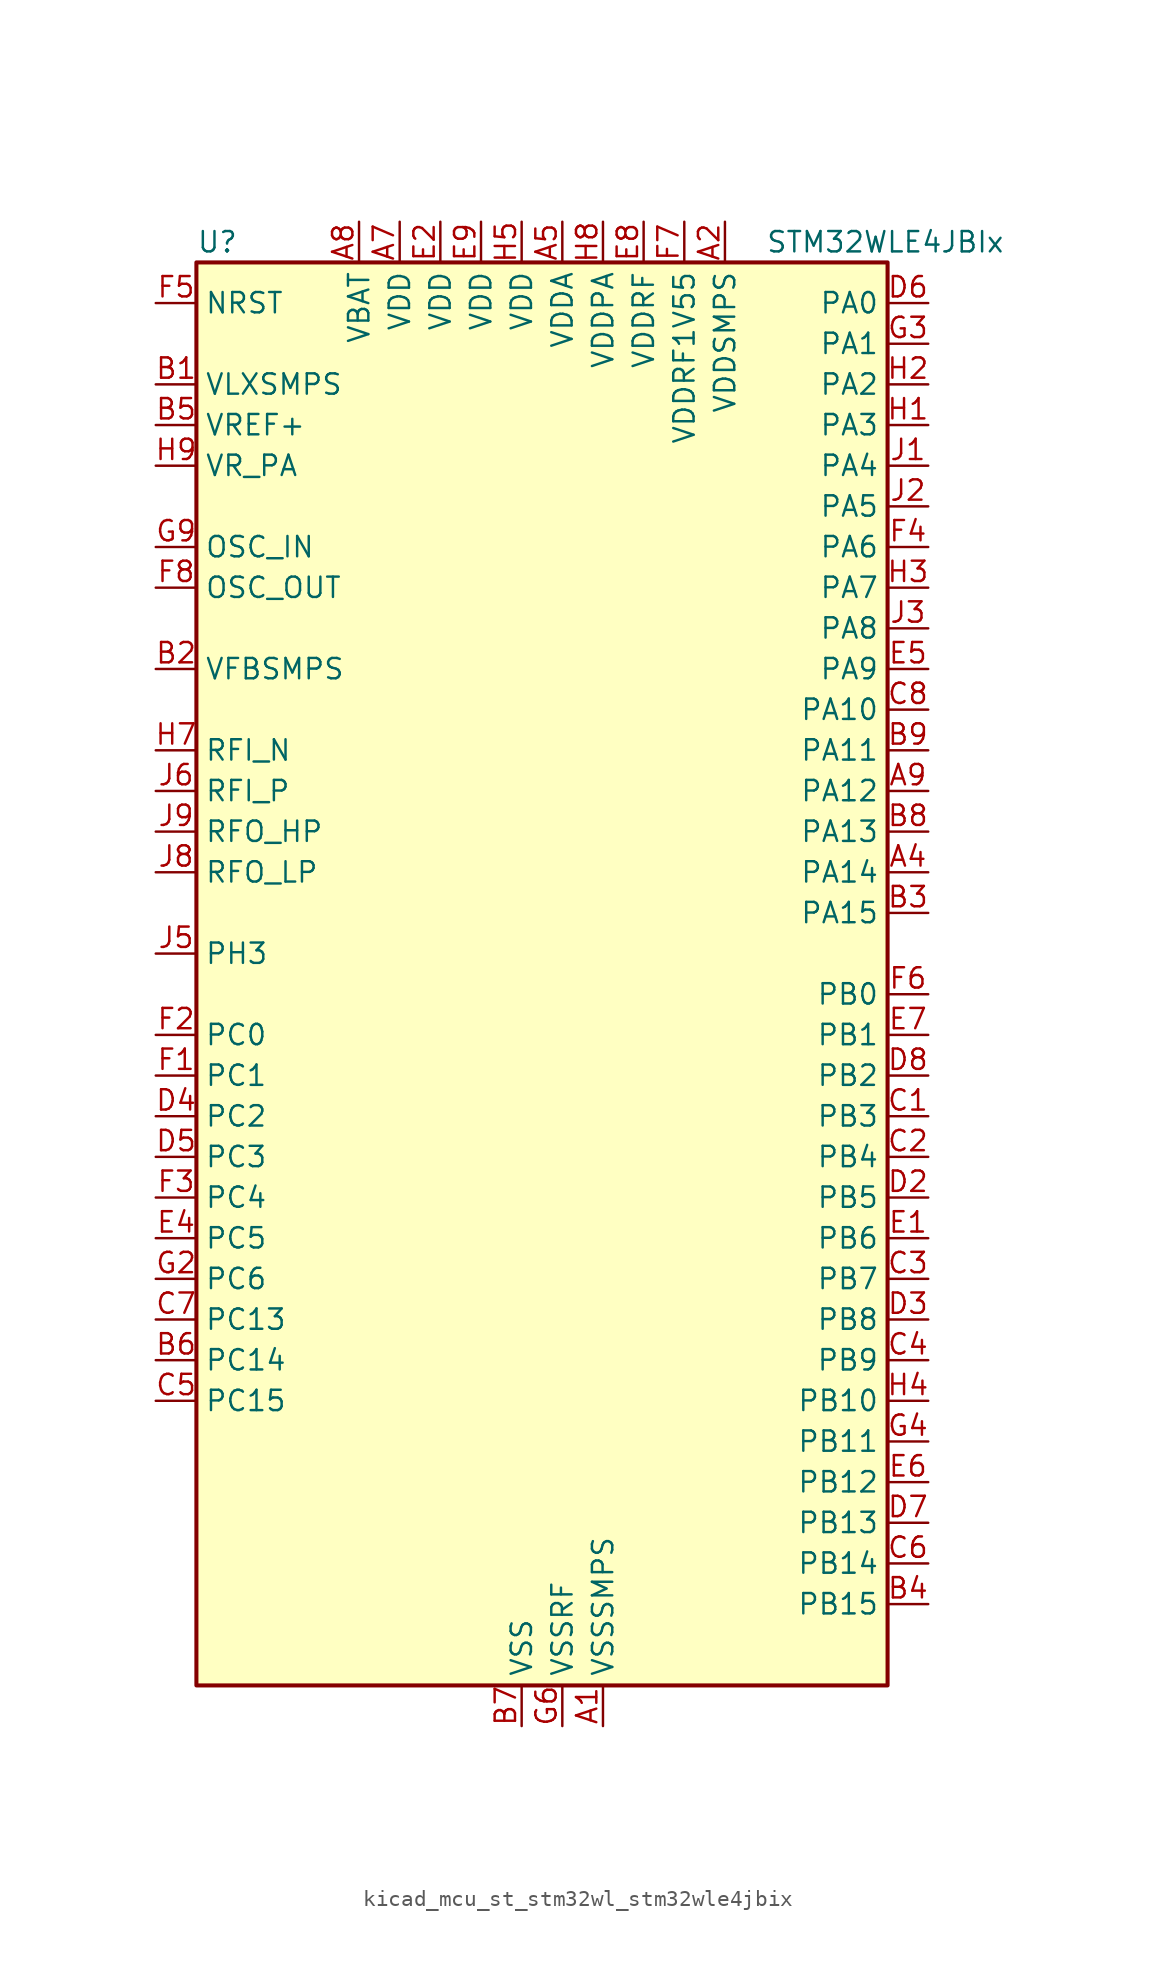
<source format=kicad_sym>
(kicad_symbol_lib
  (version 20220914)
  (generator kicad_symbol_editor)
  (symbol "kicad_mcu_st_stm32wl_stm32wle4jbix"
    (property "Reference" "U"
      (at -20.32 46.99 0)
      (effects (font (size 1.27 1.27)) (justify left)))
    (property "Value" "STM32WLE4JBIx"
      (at 15.24 46.99 0)
      (effects (font (size 1.27 1.27)) (justify left)))
    (property "ki_locked" ""
      (at 0 0 0)
      (effects (font (size 1.27 1.27))))
    (symbol "kicad_mcu_st_stm32wl_stm32wle4jbix_0_1"
      (rectangle (start -20.32 -43.18) (end 22.86 45.72) (stroke (width 0.254) (type default)) (fill (type background))))
    (symbol "kicad_mcu_st_stm32wl_stm32wle4jbix_1_1"
      (pin power_in line (at 5.08 -45.72 90) (length 2.54) (name "VSSSMPS" (effects (font (size 1.27 1.27)))) (number "A1" (effects (font (size 1.27 1.27)))))
      (pin power_in line (at 12.7 48.26 270) (length 2.54) (name "VDDSMPS" (effects (font (size 1.27 1.27)))) (number "A2" (effects (font (size 1.27 1.27)))))
      (pin bidirectional line (at 25.4 7.62 180) (length 2.54) (name "PA14" (effects (font (size 1.27 1.27)))) (number "A4" (effects (font (size 1.27 1.27)))) (alternate "ADC_IN10" bidirectional line) (alternate "DEBUG_JTCK-SWCLK" bidirectional line) (alternate "I2C1_SMBA" bidirectional line) (alternate "LPTIM1_OUT" bidirectional line))
      (pin power_in line (at 2.54 48.26 270) (length 2.54) (name "VDDA" (effects (font (size 1.27 1.27)))) (number "A5" (effects (font (size 1.27 1.27)))))
      (pin power_in line (at -7.62 48.26 270) (length 2.54) (name "VDD" (effects (font (size 1.27 1.27)))) (number "A7" (effects (font (size 1.27 1.27)))))
      (pin power_in line (at -10.16 48.26 270) (length 2.54) (name "VBAT" (effects (font (size 1.27 1.27)))) (number "A8" (effects (font (size 1.27 1.27)))))
      (pin bidirectional line (at 25.4 12.7 180) (length 2.54) (name "PA12" (effects (font (size 1.27 1.27)))) (number "A9" (effects (font (size 1.27 1.27)))) (alternate "ADC_IN8" bidirectional line) (alternate "DEBUG_RF-BUSY" bidirectional line) (alternate "I2C2_SCL" bidirectional line) (alternate "LPTIM3_IN1" bidirectional line) (alternate "SPI1_MOSI" bidirectional line) (alternate "TIM1_ETR" bidirectional line) (alternate "USART1_DE" bidirectional line) (alternate "USART1_RTS" bidirectional line))
      (pin power_in line (at -22.86 38.1 0) (length 2.54) (name "VLXSMPS" (effects (font (size 1.27 1.27)))) (number "B1" (effects (font (size 1.27 1.27)))))
      (pin input line (at -22.86 20.32 0) (length 2.54) (name "VFBSMPS" (effects (font (size 1.27 1.27)))) (number "B2" (effects (font (size 1.27 1.27)))))
      (pin bidirectional line (at 25.4 5.08 180) (length 2.54) (name "PA15" (effects (font (size 1.27 1.27)))) (number "B3" (effects (font (size 1.27 1.27)))) (alternate "ADC_IN11" bidirectional line) (alternate "COMP1_INM" bidirectional line) (alternate "COMP2_INP" bidirectional line) (alternate "DEBUG_JTDI" bidirectional line) (alternate "I2C2_SDA" bidirectional line) (alternate "SPI1_NSS" bidirectional line) (alternate "TIM2_CH1" bidirectional line) (alternate "TIM2_ETR" bidirectional line))
      (pin bidirectional line (at 25.4 -38.1 180) (length 2.54) (name "PB15" (effects (font (size 1.27 1.27)))) (number "B4" (effects (font (size 1.27 1.27)))) (alternate "I2C2_SCL" bidirectional line) (alternate "I2S2_SD" bidirectional line) (alternate "SPI2_MOSI" bidirectional line) (alternate "TIM1_CH3N" bidirectional line))
      (pin input line (at -22.86 35.56 0) (length 2.54) (name "VREF+" (effects (font (size 1.27 1.27)))) (number "B5" (effects (font (size 1.27 1.27)))) (alternate "VREFBUF_OUT" bidirectional line))
      (pin bidirectional line (at -22.86 -22.86 0) (length 2.54) (name "PC14" (effects (font (size 1.27 1.27)))) (number "B6" (effects (font (size 1.27 1.27)))) (alternate "RCC_OSC32_IN" bidirectional line))
      (pin power_in line (at 0 -45.72 90) (length 2.54) (name "VSS" (effects (font (size 1.27 1.27)))) (number "B7" (effects (font (size 1.27 1.27)))))
      (pin bidirectional line (at 25.4 10.16 180) (length 2.54) (name "PA13" (effects (font (size 1.27 1.27)))) (number "B8" (effects (font (size 1.27 1.27)))) (alternate "ADC_IN9" bidirectional line) (alternate "DEBUG_JTMS-SWDIO" bidirectional line) (alternate "I2C2_SMBA" bidirectional line) (alternate "IR_OUT" bidirectional line))
      (pin bidirectional line (at 25.4 15.24 180) (length 2.54) (name "PA11" (effects (font (size 1.27 1.27)))) (number "B9" (effects (font (size 1.27 1.27)))) (alternate "ADC_EXTI11" bidirectional line) (alternate "ADC_IN7" bidirectional line) (alternate "COMP1_INM" bidirectional line) (alternate "COMP2_INM" bidirectional line) (alternate "DEBUG_RF-NRESET" bidirectional line) (alternate "I2C2_SDA" bidirectional line) (alternate "LPTIM3_ETR" bidirectional line) (alternate "SPI1_MISO" bidirectional line) (alternate "TIM1_BKIN2" bidirectional line) (alternate "TIM1_CH4" bidirectional line) (alternate "USART1_CTS" bidirectional line) (alternate "USART1_NSS" bidirectional line))
      (pin bidirectional line (at 25.4 -7.62 180) (length 2.54) (name "PB3" (effects (font (size 1.27 1.27)))) (number "C1" (effects (font (size 1.27 1.27)))) (alternate "ADC_IN2" bidirectional line) (alternate "COMP1_INM" bidirectional line) (alternate "COMP2_INM" bidirectional line) (alternate "DEBUG_JTDO-SWO" bidirectional line) (alternate "DEBUG_RF-DTB1" bidirectional line) (alternate "PWR_WKUP3" bidirectional line) (alternate "RTC_TAMP_IN3" bidirectional line) (alternate "SPI1_SCK" bidirectional line) (alternate "TIM2_CH2" bidirectional line) (alternate "USART1_DE" bidirectional line) (alternate "USART1_RTS" bidirectional line))
      (pin bidirectional line (at 25.4 -10.16 180) (length 2.54) (name "PB4" (effects (font (size 1.27 1.27)))) (number "C2" (effects (font (size 1.27 1.27)))) (alternate "ADC_IN3" bidirectional line) (alternate "COMP1_INP" bidirectional line) (alternate "COMP2_INP" bidirectional line) (alternate "DEBUG_JTRST" bidirectional line) (alternate "DEBUG_RF-LDORDY" bidirectional line) (alternate "I2C3_SDA" bidirectional line) (alternate "SPI1_MISO" bidirectional line) (alternate "TIM17_BKIN" bidirectional line) (alternate "USART1_CTS" bidirectional line) (alternate "USART1_NSS" bidirectional line))
      (pin bidirectional line (at 25.4 -17.78 180) (length 2.54) (name "PB7" (effects (font (size 1.27 1.27)))) (number "C3" (effects (font (size 1.27 1.27)))) (alternate "I2C1_SDA" bidirectional line) (alternate "LPTIM1_IN2" bidirectional line) (alternate "PWR_PVD_IN" bidirectional line) (alternate "TIM17_CH1N" bidirectional line) (alternate "TIM1_BKIN" bidirectional line) (alternate "USART1_RX" bidirectional line))
      (pin bidirectional line (at 25.4 -22.86 180) (length 2.54) (name "PB9" (effects (font (size 1.27 1.27)))) (number "C4" (effects (font (size 1.27 1.27)))) (alternate "DAC_EXTI9" bidirectional line) (alternate "I2C1_SDA" bidirectional line) (alternate "I2S2_WS" bidirectional line) (alternate "IR_OUT" bidirectional line) (alternate "SPI2_NSS" bidirectional line) (alternate "TIM17_CH1" bidirectional line) (alternate "TIM1_CH3N" bidirectional line))
      (pin bidirectional line (at -22.86 -25.4 0) (length 2.54) (name "PC15" (effects (font (size 1.27 1.27)))) (number "C5" (effects (font (size 1.27 1.27)))) (alternate "RCC_OSC32_OUT" bidirectional line))
      (pin bidirectional line (at 25.4 -35.56 180) (length 2.54) (name "PB14" (effects (font (size 1.27 1.27)))) (number "C6" (effects (font (size 1.27 1.27)))) (alternate "ADC_IN1" bidirectional line) (alternate "I2C3_SDA" bidirectional line) (alternate "I2S2_MCK" bidirectional line) (alternate "SPI2_MISO" bidirectional line) (alternate "TIM1_CH2N" bidirectional line))
      (pin bidirectional line (at -22.86 -20.32 0) (length 2.54) (name "PC13" (effects (font (size 1.27 1.27)))) (number "C7" (effects (font (size 1.27 1.27)))) (alternate "PWR_WKUP2" bidirectional line) (alternate "RTC_OUT1" bidirectional line) (alternate "RTC_TAMP_IN1" bidirectional line) (alternate "RTC_TS" bidirectional line))
      (pin bidirectional line (at 25.4 17.78 180) (length 2.54) (name "PA10" (effects (font (size 1.27 1.27)))) (number "C8" (effects (font (size 1.27 1.27)))) (alternate "ADC_IN6" bidirectional line) (alternate "COMP1_INM" bidirectional line) (alternate "COMP2_INM" bidirectional line) (alternate "DAC_OUT1" bidirectional line) (alternate "DEBUG_RF-HSE32RDY" bidirectional line) (alternate "I2C1_SDA" bidirectional line) (alternate "I2S2_SD" bidirectional line) (alternate "RTC_REFIN" bidirectional line) (alternate "SPI2_MOSI" bidirectional line) (alternate "TIM17_BKIN" bidirectional line) (alternate "TIM1_CH3" bidirectional line) (alternate "USART1_RX" bidirectional line))
      (pin bidirectional line (at 25.4 -12.7 180) (length 2.54) (name "PB5" (effects (font (size 1.27 1.27)))) (number "D2" (effects (font (size 1.27 1.27)))) (alternate "COMP2_OUT" bidirectional line) (alternate "I2C1_SMBA" bidirectional line) (alternate "LPTIM1_IN1" bidirectional line) (alternate "SPI1_MOSI" bidirectional line) (alternate "TIM16_BKIN" bidirectional line) (alternate "USART1_CK" bidirectional line))
      (pin bidirectional line (at 25.4 -20.32 180) (length 2.54) (name "PB8" (effects (font (size 1.27 1.27)))) (number "D3" (effects (font (size 1.27 1.27)))) (alternate "I2C1_SCL" bidirectional line) (alternate "TIM16_CH1" bidirectional line) (alternate "TIM1_CH2N" bidirectional line))
      (pin bidirectional line (at -22.86 -7.62 0) (length 2.54) (name "PC2" (effects (font (size 1.27 1.27)))) (number "D4" (effects (font (size 1.27 1.27)))) (alternate "LPTIM1_IN2" bidirectional line) (alternate "SPI2_MISO" bidirectional line))
      (pin bidirectional line (at -22.86 -10.16 0) (length 2.54) (name "PC3" (effects (font (size 1.27 1.27)))) (number "D5" (effects (font (size 1.27 1.27)))) (alternate "I2S2_SD" bidirectional line) (alternate "LPTIM1_ETR" bidirectional line) (alternate "LPTIM2_ETR" bidirectional line) (alternate "SPI2_MOSI" bidirectional line))
      (pin bidirectional line (at 25.4 43.18 180) (length 2.54) (name "PA0" (effects (font (size 1.27 1.27)))) (number "D6" (effects (font (size 1.27 1.27)))) (alternate "COMP1_OUT" bidirectional line) (alternate "DEBUG_PWR-REGLP1S" bidirectional line) (alternate "I2C3_SMBA" bidirectional line) (alternate "I2S_CKIN" bidirectional line) (alternate "PWR_WKUP1" bidirectional line) (alternate "RTC_TAMP_IN2" bidirectional line) (alternate "TIM2_CH1" bidirectional line) (alternate "TIM2_ETR" bidirectional line) (alternate "USART2_CTS" bidirectional line) (alternate "USART2_NSS" bidirectional line))
      (pin bidirectional line (at 25.4 -33.02 180) (length 2.54) (name "PB13" (effects (font (size 1.27 1.27)))) (number "D7" (effects (font (size 1.27 1.27)))) (alternate "ADC_IN0" bidirectional line) (alternate "I2C3_SCL" bidirectional line) (alternate "I2S2_CK" bidirectional line) (alternate "LPUART1_CTS" bidirectional line) (alternate "SPI2_SCK" bidirectional line) (alternate "TIM1_CH1N" bidirectional line))
      (pin bidirectional line (at 25.4 -5.08 180) (length 2.54) (name "PB2" (effects (font (size 1.27 1.27)))) (number "D8" (effects (font (size 1.27 1.27)))) (alternate "ADC_IN4" bidirectional line) (alternate "COMP1_INP" bidirectional line) (alternate "COMP2_INM" bidirectional line) (alternate "DEBUG_RF-SMPSRDY" bidirectional line) (alternate "I2C3_SMBA" bidirectional line) (alternate "LPTIM1_OUT" bidirectional line) (alternate "SPI1_NSS" bidirectional line))
      (pin passive line (at 0 -45.72 90) (length 2.54) hide (name "VSS" (effects (font (size 1.27 1.27)))) (number "D9" (effects (font (size 1.27 1.27)))))
      (pin bidirectional line (at 25.4 -15.24 180) (length 2.54) (name "PB6" (effects (font (size 1.27 1.27)))) (number "E1" (effects (font (size 1.27 1.27)))) (alternate "I2C1_SCL" bidirectional line) (alternate "LPTIM1_ETR" bidirectional line) (alternate "TIM16_CH1N" bidirectional line) (alternate "USART1_TX" bidirectional line))
      (pin power_in line (at -5.08 48.26 270) (length 2.54) (name "VDD" (effects (font (size 1.27 1.27)))) (number "E2" (effects (font (size 1.27 1.27)))))
      (pin passive line (at 0 -45.72 90) (length 2.54) hide (name "VSS" (effects (font (size 1.27 1.27)))) (number "E3" (effects (font (size 1.27 1.27)))))
      (pin bidirectional line (at -22.86 -15.24 0) (length 2.54) (name "PC5" (effects (font (size 1.27 1.27)))) (number "E4" (effects (font (size 1.27 1.27)))))
      (pin bidirectional line (at 25.4 20.32 180) (length 2.54) (name "PA9" (effects (font (size 1.27 1.27)))) (number "E5" (effects (font (size 1.27 1.27)))) (alternate "DAC_EXTI9" bidirectional line) (alternate "I2C1_SCL" bidirectional line) (alternate "I2S2_CK" bidirectional line) (alternate "I2S2_WS" bidirectional line) (alternate "SPI2_NSS" bidirectional line) (alternate "SPI2_SCK" bidirectional line) (alternate "TIM1_CH2" bidirectional line) (alternate "USART1_TX" bidirectional line))
      (pin bidirectional line (at 25.4 -30.48 180) (length 2.54) (name "PB12" (effects (font (size 1.27 1.27)))) (number "E6" (effects (font (size 1.27 1.27)))) (alternate "I2C3_SMBA" bidirectional line) (alternate "I2S2_WS" bidirectional line) (alternate "LPUART1_RTS" bidirectional line) (alternate "SPI2_NSS" bidirectional line) (alternate "TIM1_BKIN" bidirectional line))
      (pin bidirectional line (at 25.4 -2.54 180) (length 2.54) (name "PB1" (effects (font (size 1.27 1.27)))) (number "E7" (effects (font (size 1.27 1.27)))) (alternate "ADC_IN5" bidirectional line) (alternate "COMP2_INP" bidirectional line) (alternate "LPTIM2_IN1" bidirectional line) (alternate "LPUART1_DE" bidirectional line) (alternate "LPUART1_RTS" bidirectional line))
      (pin power_in line (at 7.62 48.26 270) (length 2.54) (name "VDDRF" (effects (font (size 1.27 1.27)))) (number "E8" (effects (font (size 1.27 1.27)))))
      (pin power_in line (at -2.54 48.26 270) (length 2.54) (name "VDD" (effects (font (size 1.27 1.27)))) (number "E9" (effects (font (size 1.27 1.27)))))
      (pin bidirectional line (at -22.86 -5.08 0) (length 2.54) (name "PC1" (effects (font (size 1.27 1.27)))) (number "F1" (effects (font (size 1.27 1.27)))) (alternate "I2C3_SDA" bidirectional line) (alternate "I2S2_SD" bidirectional line) (alternate "LPTIM1_OUT" bidirectional line) (alternate "LPUART1_TX" bidirectional line) (alternate "SPI2_MOSI" bidirectional line))
      (pin bidirectional line (at -22.86 -2.54 0) (length 2.54) (name "PC0" (effects (font (size 1.27 1.27)))) (number "F2" (effects (font (size 1.27 1.27)))) (alternate "I2C3_SCL" bidirectional line) (alternate "LPTIM1_IN1" bidirectional line) (alternate "LPTIM2_IN1" bidirectional line) (alternate "LPUART1_RX" bidirectional line))
      (pin bidirectional line (at -22.86 -12.7 0) (length 2.54) (name "PC4" (effects (font (size 1.27 1.27)))) (number "F3" (effects (font (size 1.27 1.27)))))
      (pin bidirectional line (at 25.4 27.94 180) (length 2.54) (name "PA6" (effects (font (size 1.27 1.27)))) (number "F4" (effects (font (size 1.27 1.27)))) (alternate "DEBUG_SUBGHZSPI-MISOOUT" bidirectional line) (alternate "I2C2_SMBA" bidirectional line) (alternate "LPUART1_CTS" bidirectional line) (alternate "SPI1_MISO" bidirectional line) (alternate "TIM16_CH1" bidirectional line) (alternate "TIM1_BKIN" bidirectional line))
      (pin input line (at -22.86 43.18 0) (length 2.54) (name "NRST" (effects (font (size 1.27 1.27)))) (number "F5" (effects (font (size 1.27 1.27)))))
      (pin bidirectional line (at 25.4 0 180) (length 2.54) (name "PB0" (effects (font (size 1.27 1.27)))) (number "F6" (effects (font (size 1.27 1.27)))) (alternate "COMP1_OUT" bidirectional line) (alternate "VDDTCXO" bidirectional line))
      (pin power_in line (at 10.16 48.26 270) (length 2.54) (name "VDDRF1V55" (effects (font (size 1.27 1.27)))) (number "F7" (effects (font (size 1.27 1.27)))))
      (pin input line (at -22.86 25.4 0) (length 2.54) (name "OSC_OUT" (effects (font (size 1.27 1.27)))) (number "F8" (effects (font (size 1.27 1.27)))) (alternate "RCC_OSC_OUT" bidirectional line))
      (pin bidirectional line (at -22.86 -17.78 0) (length 2.54) (name "PC6" (effects (font (size 1.27 1.27)))) (number "G2" (effects (font (size 1.27 1.27)))) (alternate "I2S2_MCK" bidirectional line))
      (pin bidirectional line (at 25.4 40.64 180) (length 2.54) (name "PA1" (effects (font (size 1.27 1.27)))) (number "G3" (effects (font (size 1.27 1.27)))) (alternate "DEBUG_PWR-REGLP2S" bidirectional line) (alternate "I2C1_SMBA" bidirectional line) (alternate "LPTIM3_OUT" bidirectional line) (alternate "LPUART1_RTS" bidirectional line) (alternate "SPI1_SCK" bidirectional line) (alternate "TIM2_CH2" bidirectional line) (alternate "USART2_DE" bidirectional line) (alternate "USART2_RTS" bidirectional line))
      (pin bidirectional line (at 25.4 -27.94 180) (length 2.54) (name "PB11" (effects (font (size 1.27 1.27)))) (number "G4" (effects (font (size 1.27 1.27)))) (alternate "ADC_EXTI11" bidirectional line) (alternate "COMP2_OUT" bidirectional line) (alternate "I2C3_SDA" bidirectional line) (alternate "LPUART1_TX" bidirectional line) (alternate "TIM2_CH4" bidirectional line))
      (pin passive line (at 0 -45.72 90) (length 2.54) hide (name "VSS" (effects (font (size 1.27 1.27)))) (number "G5" (effects (font (size 1.27 1.27)))))
      (pin power_in line (at 2.54 -45.72 90) (length 2.54) (name "VSSRF" (effects (font (size 1.27 1.27)))) (number "G6" (effects (font (size 1.27 1.27)))))
      (pin passive line (at 2.54 -45.72 90) (length 2.54) hide (name "VSSRF" (effects (font (size 1.27 1.27)))) (number "G7" (effects (font (size 1.27 1.27)))))
      (pin passive line (at 2.54 -45.72 90) (length 2.54) hide (name "VSSRF" (effects (font (size 1.27 1.27)))) (number "G8" (effects (font (size 1.27 1.27)))))
      (pin input line (at -22.86 27.94 0) (length 2.54) (name "OSC_IN" (effects (font (size 1.27 1.27)))) (number "G9" (effects (font (size 1.27 1.27)))) (alternate "RCC_OSC_IN" bidirectional line))
      (pin bidirectional line (at 25.4 35.56 180) (length 2.54) (name "PA3" (effects (font (size 1.27 1.27)))) (number "H1" (effects (font (size 1.27 1.27)))) (alternate "I2S2_MCK" bidirectional line) (alternate "LPUART1_RX" bidirectional line) (alternate "TIM2_CH4" bidirectional line) (alternate "USART2_RX" bidirectional line))
      (pin bidirectional line (at 25.4 38.1 180) (length 2.54) (name "PA2" (effects (font (size 1.27 1.27)))) (number "H2" (effects (font (size 1.27 1.27)))) (alternate "COMP2_OUT" bidirectional line) (alternate "DEBUG_PWR-LDORDY" bidirectional line) (alternate "LPUART1_TX" bidirectional line) (alternate "RCC_LSCO" bidirectional line) (alternate "TIM2_CH3" bidirectional line) (alternate "USART2_TX" bidirectional line))
      (pin bidirectional line (at 25.4 25.4 180) (length 2.54) (name "PA7" (effects (font (size 1.27 1.27)))) (number "H3" (effects (font (size 1.27 1.27)))) (alternate "COMP2_OUT" bidirectional line) (alternate "DEBUG_SUBGHZSPI-MOSIOUT" bidirectional line) (alternate "I2C3_SCL" bidirectional line) (alternate "SPI1_MOSI" bidirectional line) (alternate "TIM17_CH1" bidirectional line) (alternate "TIM1_CH1N" bidirectional line))
      (pin bidirectional line (at 25.4 -25.4 180) (length 2.54) (name "PB10" (effects (font (size 1.27 1.27)))) (number "H4" (effects (font (size 1.27 1.27)))) (alternate "COMP1_OUT" bidirectional line) (alternate "I2C3_SCL" bidirectional line) (alternate "I2S2_CK" bidirectional line) (alternate "LPUART1_RX" bidirectional line) (alternate "SPI2_SCK" bidirectional line) (alternate "TIM2_CH3" bidirectional line))
      (pin power_in line (at 0 48.26 270) (length 2.54) (name "VDD" (effects (font (size 1.27 1.27)))) (number "H5" (effects (font (size 1.27 1.27)))))
      (pin passive line (at 2.54 -45.72 90) (length 2.54) hide (name "VSSRF" (effects (font (size 1.27 1.27)))) (number "H6" (effects (font (size 1.27 1.27)))))
      (pin bidirectional line (at -22.86 15.24 0) (length 2.54) (name "RFI_N" (effects (font (size 1.27 1.27)))) (number "H7" (effects (font (size 1.27 1.27)))))
      (pin power_in line (at 5.08 48.26 270) (length 2.54) (name "VDDPA" (effects (font (size 1.27 1.27)))) (number "H8" (effects (font (size 1.27 1.27)))))
      (pin power_in line (at -22.86 33.02 0) (length 2.54) (name "VR_PA" (effects (font (size 1.27 1.27)))) (number "H9" (effects (font (size 1.27 1.27)))))
      (pin bidirectional line (at 25.4 33.02 180) (length 2.54) (name "PA4" (effects (font (size 1.27 1.27)))) (number "J1" (effects (font (size 1.27 1.27)))) (alternate "DEBUG_SUBGHZSPI-NSSOUT" bidirectional line) (alternate "LPTIM1_OUT" bidirectional line) (alternate "LPTIM2_OUT" bidirectional line) (alternate "RTC_OUT2" bidirectional line) (alternate "SPI1_NSS" bidirectional line) (alternate "USART2_CK" bidirectional line))
      (pin bidirectional line (at 25.4 30.48 180) (length 2.54) (name "PA5" (effects (font (size 1.27 1.27)))) (number "J2" (effects (font (size 1.27 1.27)))) (alternate "DEBUG_SUBGHZSPI-SCKOUT" bidirectional line) (alternate "LPTIM2_ETR" bidirectional line) (alternate "SPI1_SCK" bidirectional line) (alternate "SPI2_MISO" bidirectional line) (alternate "TIM2_CH1" bidirectional line) (alternate "TIM2_ETR" bidirectional line))
      (pin bidirectional line (at 25.4 22.86 180) (length 2.54) (name "PA8" (effects (font (size 1.27 1.27)))) (number "J3" (effects (font (size 1.27 1.27)))) (alternate "I2S2_CK" bidirectional line) (alternate "LPTIM2_OUT" bidirectional line) (alternate "RCC_MCO" bidirectional line) (alternate "SPI2_SCK" bidirectional line) (alternate "TIM1_CH1" bidirectional line) (alternate "USART1_CK" bidirectional line))
      (pin bidirectional line (at -22.86 2.54 0) (length 2.54) (name "PH3" (effects (font (size 1.27 1.27)))) (number "J5" (effects (font (size 1.27 1.27)))))
      (pin bidirectional line (at -22.86 12.7 0) (length 2.54) (name "RFI_P" (effects (font (size 1.27 1.27)))) (number "J6" (effects (font (size 1.27 1.27)))))
      (pin bidirectional line (at -22.86 7.62 0) (length 2.54) (name "RFO_LP" (effects (font (size 1.27 1.27)))) (number "J8" (effects (font (size 1.27 1.27)))))
      (pin bidirectional line (at -22.86 10.16 0) (length 2.54) (name "RFO_HP" (effects (font (size 1.27 1.27)))) (number "J9" (effects (font (size 1.27 1.27))))))))
</source>
